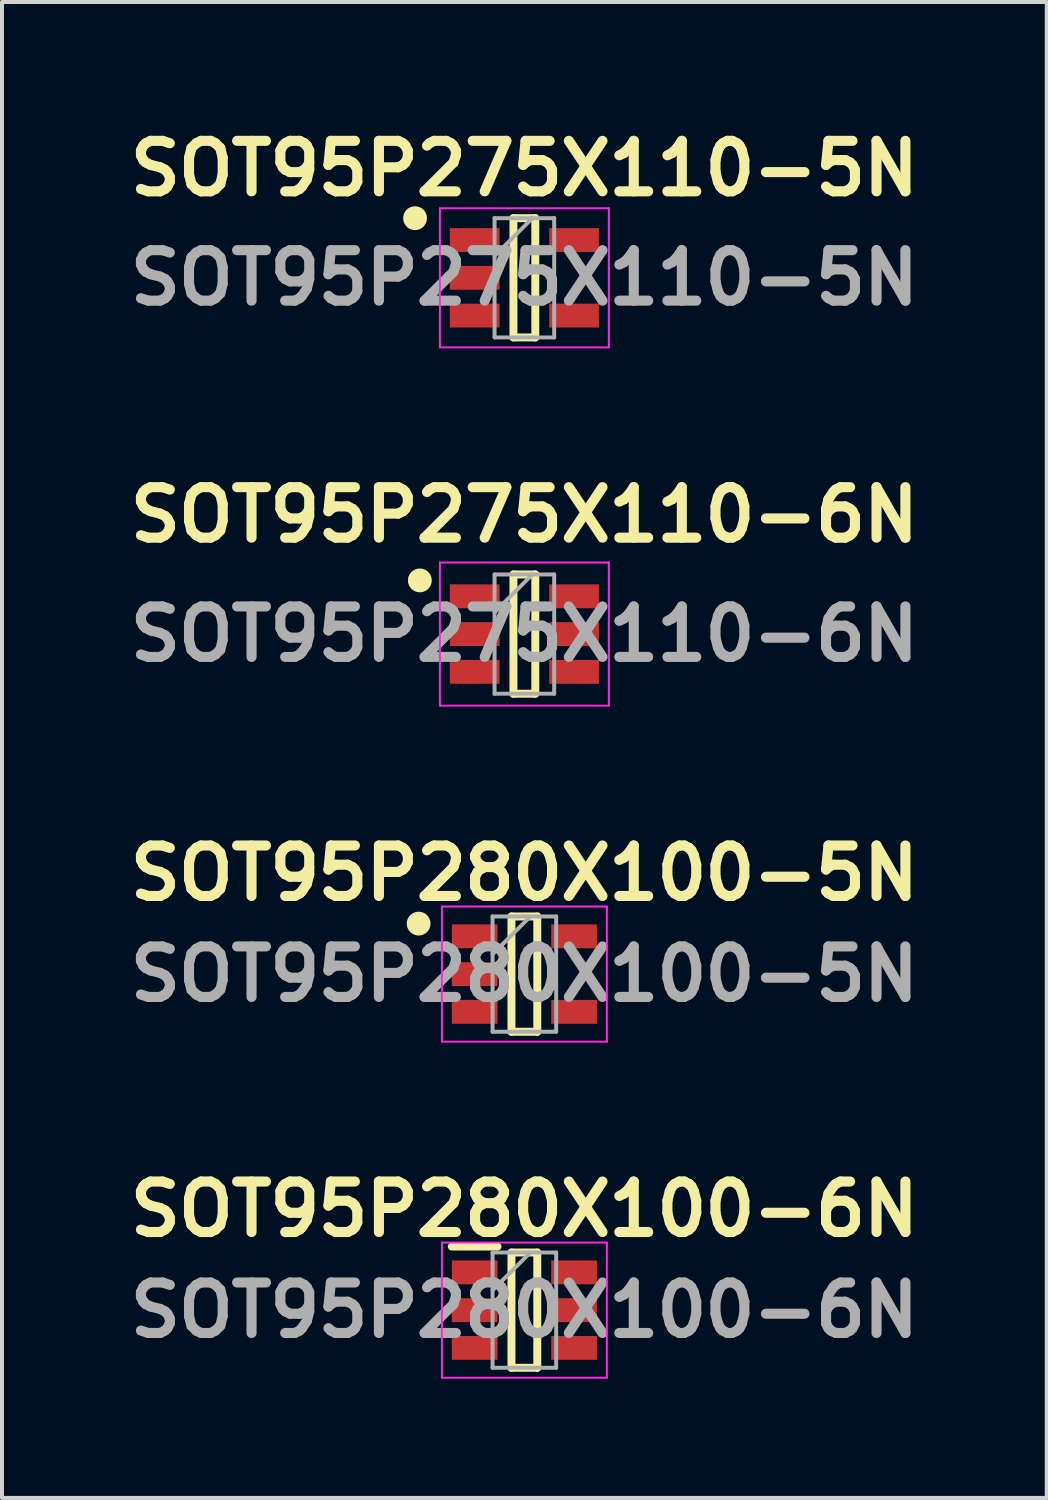
<source format=kicad_pcb>
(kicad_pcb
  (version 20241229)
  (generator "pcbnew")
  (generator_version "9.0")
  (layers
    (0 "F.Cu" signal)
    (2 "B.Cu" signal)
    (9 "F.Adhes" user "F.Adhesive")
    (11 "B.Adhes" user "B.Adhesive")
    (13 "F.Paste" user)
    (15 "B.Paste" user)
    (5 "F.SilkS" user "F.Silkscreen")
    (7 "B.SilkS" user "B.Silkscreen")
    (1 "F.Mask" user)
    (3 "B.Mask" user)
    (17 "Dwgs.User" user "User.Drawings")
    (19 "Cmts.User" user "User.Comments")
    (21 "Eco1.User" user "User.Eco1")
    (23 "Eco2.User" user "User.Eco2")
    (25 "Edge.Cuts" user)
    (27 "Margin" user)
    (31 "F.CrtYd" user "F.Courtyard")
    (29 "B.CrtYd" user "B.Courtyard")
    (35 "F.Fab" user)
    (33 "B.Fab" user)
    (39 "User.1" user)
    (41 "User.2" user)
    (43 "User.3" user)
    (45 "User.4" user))
  (footprint "SOT95P275X110-6N"
    (layer "F.Cu")
    (at 10.142 12.902)
    (property "Reference" "SOT95P275X110-6N" (at 0 -3 0) (layer "F.SilkS") (effects (font (size 1.27 1.27) (thickness 0.254))))
    (attr smd)
    (fp_line (start -0.275 -1.5) (end 0.275 -1.5) (stroke (width 0.2) (type solid)) (layer "F.SilkS"))
    (fp_line (start -0.275 1.5) (end -0.275 -1.5) (stroke (width 0.2) (type solid)) (layer "F.SilkS"))
    (fp_line (start 0.275 -1.5) (end 0.275 1.5) (stroke (width 0.2) (type solid)) (layer "F.SilkS"))
    (fp_line (start 0.275 1.5) (end -0.275 1.5) (stroke (width 0.2) (type solid)) (layer "F.SilkS"))
    (fp_circle (center -2.63 -1.35) (end -2.48 -1.35) (stroke (width 0.3) (type solid)) (fill no) (layer "F.SilkS"))
    (fp_line (start -2.125 -1.8) (end 2.125 -1.8) (stroke (width 0.05) (type solid)) (layer "F.CrtYd"))
    (fp_line (start -2.125 1.8) (end -2.125 -1.8) (stroke (width 0.05) (type solid)) (layer "F.CrtYd"))
    (fp_line (start 2.125 -1.8) (end 2.125 1.8) (stroke (width 0.05) (type solid)) (layer "F.CrtYd"))
    (fp_line (start 2.125 1.8) (end -2.125 1.8) (stroke (width 0.05) (type solid)) (layer "F.CrtYd"))
    (fp_line (start -0.75 -1.5) (end 0.75 -1.5) (stroke (width 0.1) (type solid)) (layer "F.Fab"))
    (fp_line (start -0.75 -0.55) (end 0.2 -1.5) (stroke (width 0.1) (type solid)) (layer "F.Fab"))
    (fp_line (start -0.75 1.5) (end -0.75 -1.5) (stroke (width 0.1) (type solid)) (layer "F.Fab"))
    (fp_line (start 0.75 -1.5) (end 0.75 1.5) (stroke (width 0.1) (type solid)) (layer "F.Fab"))
    (fp_line (start 0.75 1.5) (end -0.75 1.5) (stroke (width 0.1) (type solid)) (layer "F.Fab"))
    (fp_text user "${REFERENCE}" (at 0 0 0) (layer "F.Fab") (effects (font (size 1.27 1.27) (thickness 0.254))))
    (pad "1" smd rect (at -1.25 -0.95 90) (size 0.6 1.25) (layers "F.Cu" "F.Mask" "F.Paste"))
    (pad "2" smd rect (at -1.25 0 90) (size 0.6 1.25) (layers "F.Cu" "F.Mask" "F.Paste"))
    (pad "3" smd rect (at -1.25 0.95 90) (size 0.6 1.25) (layers "F.Cu" "F.Mask" "F.Paste"))
    (pad "4" smd rect (at 1.25 0.95 90) (size 0.6 1.25) (layers "F.Cu" "F.Mask" "F.Paste"))
    (pad "5" smd rect (at 1.25 0 90) (size 0.6 1.25) (layers "F.Cu" "F.Mask" "F.Paste"))
    (pad "6" smd rect (at 1.25 -0.95 90) (size 0.6 1.25) (layers "F.Cu" "F.Mask" "F.Paste")))
  (footprint "SOT95P275X110-5N"
    (layer "F.Cu")
    (at 10.142 3.939)
    (property "Reference" "SOT95P275X110-5N" (at 0 -2.75 0) (layer "F.SilkS") (effects (font (size 1.27 1.27) (thickness 0.254))))
    (attr smd)
    (fp_line (start -0.275 -1.5) (end 0.275 -1.5) (stroke (width 0.2) (type solid)) (layer "F.SilkS"))
    (fp_line (start -0.275 1.5) (end -0.275 -1.5) (stroke (width 0.2) (type solid)) (layer "F.SilkS"))
    (fp_line (start 0.275 -1.5) (end 0.275 1.5) (stroke (width 0.2) (type solid)) (layer "F.SilkS"))
    (fp_line (start 0.275 1.5) (end -0.275 1.5) (stroke (width 0.2) (type solid)) (layer "F.SilkS"))
    (fp_circle (center -2.75 -1.5) (end -2.6 -1.5) (stroke (width 0.3) (type solid)) (fill no) (layer "F.SilkS"))
    (fp_line (start -2.125 -1.75) (end 2.125 -1.75) (stroke (width 0.05) (type solid)) (layer "F.CrtYd"))
    (fp_line (start -2.125 1.75) (end -2.125 -1.75) (stroke (width 0.05) (type solid)) (layer "F.CrtYd"))
    (fp_line (start 2.125 -1.75) (end 2.125 1.75) (stroke (width 0.05) (type solid)) (layer "F.CrtYd"))
    (fp_line (start 2.125 1.75) (end -2.125 1.75) (stroke (width 0.05) (type solid)) (layer "F.CrtYd"))
    (fp_line (start -0.75 -1.5) (end 0.75 -1.5) (stroke (width 0.1) (type solid)) (layer "F.Fab"))
    (fp_line (start -0.75 -0.55) (end 0.2 -1.5) (stroke (width 0.1) (type solid)) (layer "F.Fab"))
    (fp_line (start -0.75 1.5) (end -0.75 -1.5) (stroke (width 0.1) (type solid)) (layer "F.Fab"))
    (fp_line (start 0.75 -1.5) (end 0.75 1.5) (stroke (width 0.1) (type solid)) (layer "F.Fab"))
    (fp_line (start 0.75 1.5) (end -0.75 1.5) (stroke (width 0.1) (type solid)) (layer "F.Fab"))
    (fp_text user "${REFERENCE}" (at 0 0 0) (layer "F.Fab") (effects (font (size 1.27 1.27) (thickness 0.254))))
    (pad "1" smd rect (at -1.25 -0.95 90) (size 0.6 1.25) (layers "F.Cu" "F.Mask" "F.Paste"))
    (pad "2" smd rect (at -1.25 0 90) (size 0.6 1.25) (layers "F.Cu" "F.Mask" "F.Paste"))
    (pad "3" smd rect (at -1.25 0.95 90) (size 0.6 1.25) (layers "F.Cu" "F.Mask" "F.Paste"))
    (pad "4" smd rect (at 1.25 0.95 90) (size 0.6 1.25) (layers "F.Cu" "F.Mask" "F.Paste"))
    (pad "5" smd rect (at 1.25 -0.95 90) (size 0.6 1.25) (layers "F.Cu" "F.Mask" "F.Paste")))
  (footprint "SOT95P280X100-6N"
    (layer "F.Cu")
    (at 10.142 29.91)
    (property "Reference" "SOT95P280X100-6N" (at 0 -2.54 0) (layer "F.SilkS") (effects (font (size 1.27 1.27) (thickness 0.254))))
    (attr smd)
    (fp_line (start -1.825 -1.6) (end -0.675 -1.6) (stroke (width 0.2) (type solid)) (layer "F.SilkS"))
    (fp_line (start -0.325 -1.45) (end 0.325 -1.45) (stroke (width 0.2) (type solid)) (layer "F.SilkS"))
    (fp_line (start -0.325 1.45) (end -0.325 -1.45) (stroke (width 0.2) (type solid)) (layer "F.SilkS"))
    (fp_line (start 0.325 -1.45) (end 0.325 1.45) (stroke (width 0.2) (type solid)) (layer "F.SilkS"))
    (fp_line (start 0.325 1.45) (end -0.325 1.45) (stroke (width 0.2) (type solid)) (layer "F.SilkS"))
    (fp_line (start -2.075 -1.7) (end 2.075 -1.7) (stroke (width 0.05) (type solid)) (layer "F.CrtYd"))
    (fp_line (start -2.075 1.7) (end -2.075 -1.7) (stroke (width 0.05) (type solid)) (layer "F.CrtYd"))
    (fp_line (start 2.075 -1.7) (end 2.075 1.7) (stroke (width 0.05) (type solid)) (layer "F.CrtYd"))
    (fp_line (start 2.075 1.7) (end -2.075 1.7) (stroke (width 0.05) (type solid)) (layer "F.CrtYd"))
    (fp_line (start -0.8 -1.45) (end 0.8 -1.45) (stroke (width 0.1) (type solid)) (layer "F.Fab"))
    (fp_line (start -0.8 -0.5) (end 0.15 -1.45) (stroke (width 0.1) (type solid)) (layer "F.Fab"))
    (fp_line (start -0.8 1.45) (end -0.8 -1.45) (stroke (width 0.1) (type solid)) (layer "F.Fab"))
    (fp_line (start 0.8 -1.45) (end 0.8 1.45) (stroke (width 0.1) (type solid)) (layer "F.Fab"))
    (fp_line (start 0.8 1.45) (end -0.8 1.45) (stroke (width 0.1) (type solid)) (layer "F.Fab"))
    (fp_text user "${REFERENCE}" (at 0 0 0) (layer "F.Fab") (effects (font (size 1.27 1.27) (thickness 0.254))))
    (pad "1" smd rect (at -1.25 -0.95 90) (size 0.6 1.15) (layers "F.Cu" "F.Mask" "F.Paste"))
    (pad "2" smd rect (at -1.25 0 90) (size 0.6 1.15) (layers "F.Cu" "F.Mask" "F.Paste"))
    (pad "3" smd rect (at -1.25 0.95 90) (size 0.6 1.15) (layers "F.Cu" "F.Mask" "F.Paste"))
    (pad "4" smd rect (at 1.25 0.95 90) (size 0.6 1.15) (layers "F.Cu" "F.Mask" "F.Paste"))
    (pad "5" smd rect (at 1.25 0 90) (size 0.6 1.15) (layers "F.Cu" "F.Mask" "F.Paste"))
    (pad "6" smd rect (at 1.25 -0.95 90) (size 0.6 1.15) (layers "F.Cu" "F.Mask" "F.Paste")))
  (footprint "SOT95P280X100-5N"
    (layer "F.Cu")
    (at 10.142 21.456)
    (property "Reference" "SOT95P280X100-5N" (at 0 -2.54 0) (layer "F.SilkS") (effects (font (size 1.27 1.27) (thickness 0.254))))
    (attr smd)
    (fp_line (start -0.325 -1.45) (end 0.325 -1.45) (stroke (width 0.2) (type solid)) (layer "F.SilkS"))
    (fp_line (start -0.325 1.45) (end -0.325 -1.45) (stroke (width 0.2) (type solid)) (layer "F.SilkS"))
    (fp_line (start 0.325 -1.45) (end 0.325 1.45) (stroke (width 0.2) (type solid)) (layer "F.SilkS"))
    (fp_line (start 0.325 1.45) (end -0.325 1.45) (stroke (width 0.2) (type solid)) (layer "F.SilkS"))
    (fp_circle (center -2.66 -1.27) (end -2.51 -1.27) (stroke (width 0.3) (type solid)) (fill no) (layer "F.SilkS"))
    (fp_line (start -2.075 -1.7) (end 2.075 -1.7) (stroke (width 0.05) (type solid)) (layer "F.CrtYd"))
    (fp_line (start -2.075 1.7) (end -2.075 -1.7) (stroke (width 0.05) (type solid)) (layer "F.CrtYd"))
    (fp_line (start 2.075 -1.7) (end 2.075 1.7) (stroke (width 0.05) (type solid)) (layer "F.CrtYd"))
    (fp_line (start 2.075 1.7) (end -2.075 1.7) (stroke (width 0.05) (type solid)) (layer "F.CrtYd"))
    (fp_line (start -0.8 -1.45) (end 0.8 -1.45) (stroke (width 0.1) (type solid)) (layer "F.Fab"))
    (fp_line (start -0.8 -0.5) (end 0.15 -1.45) (stroke (width 0.1) (type solid)) (layer "F.Fab"))
    (fp_line (start -0.8 1.45) (end -0.8 -1.45) (stroke (width 0.1) (type solid)) (layer "F.Fab"))
    (fp_line (start 0.8 -1.45) (end 0.8 1.45) (stroke (width 0.1) (type solid)) (layer "F.Fab"))
    (fp_line (start 0.8 1.45) (end -0.8 1.45) (stroke (width 0.1) (type solid)) (layer "F.Fab"))
    (fp_text user "${REFERENCE}" (at 0 0 0) (layer "F.Fab") (effects (font (size 1.27 1.27) (thickness 0.254))))
    (pad "1" smd rect (at -1.25 -0.95 90) (size 0.6 1.15) (layers "F.Cu" "F.Mask" "F.Paste"))
    (pad "2" smd rect (at -1.25 0 90) (size 0.6 1.15) (layers "F.Cu" "F.Mask" "F.Paste"))
    (pad "3" smd rect (at -1.25 0.95 90) (size 0.6 1.15) (layers "F.Cu" "F.Mask" "F.Paste"))
    (pad "4" smd rect (at 1.25 0.95 90) (size 0.6 1.15) (layers "F.Cu" "F.Mask" "F.Paste"))
    (pad "5" smd rect (at 1.25 -0.95 90) (size 0.6 1.15) (layers "F.Cu" "F.Mask" "F.Paste")))
  (gr_rect
    (start -3 -3)
    (end 23.284 34.635)
    (stroke (width 0.1) (type default))
    (fill no)
    (layer "Edge.Cuts")))
</source>
